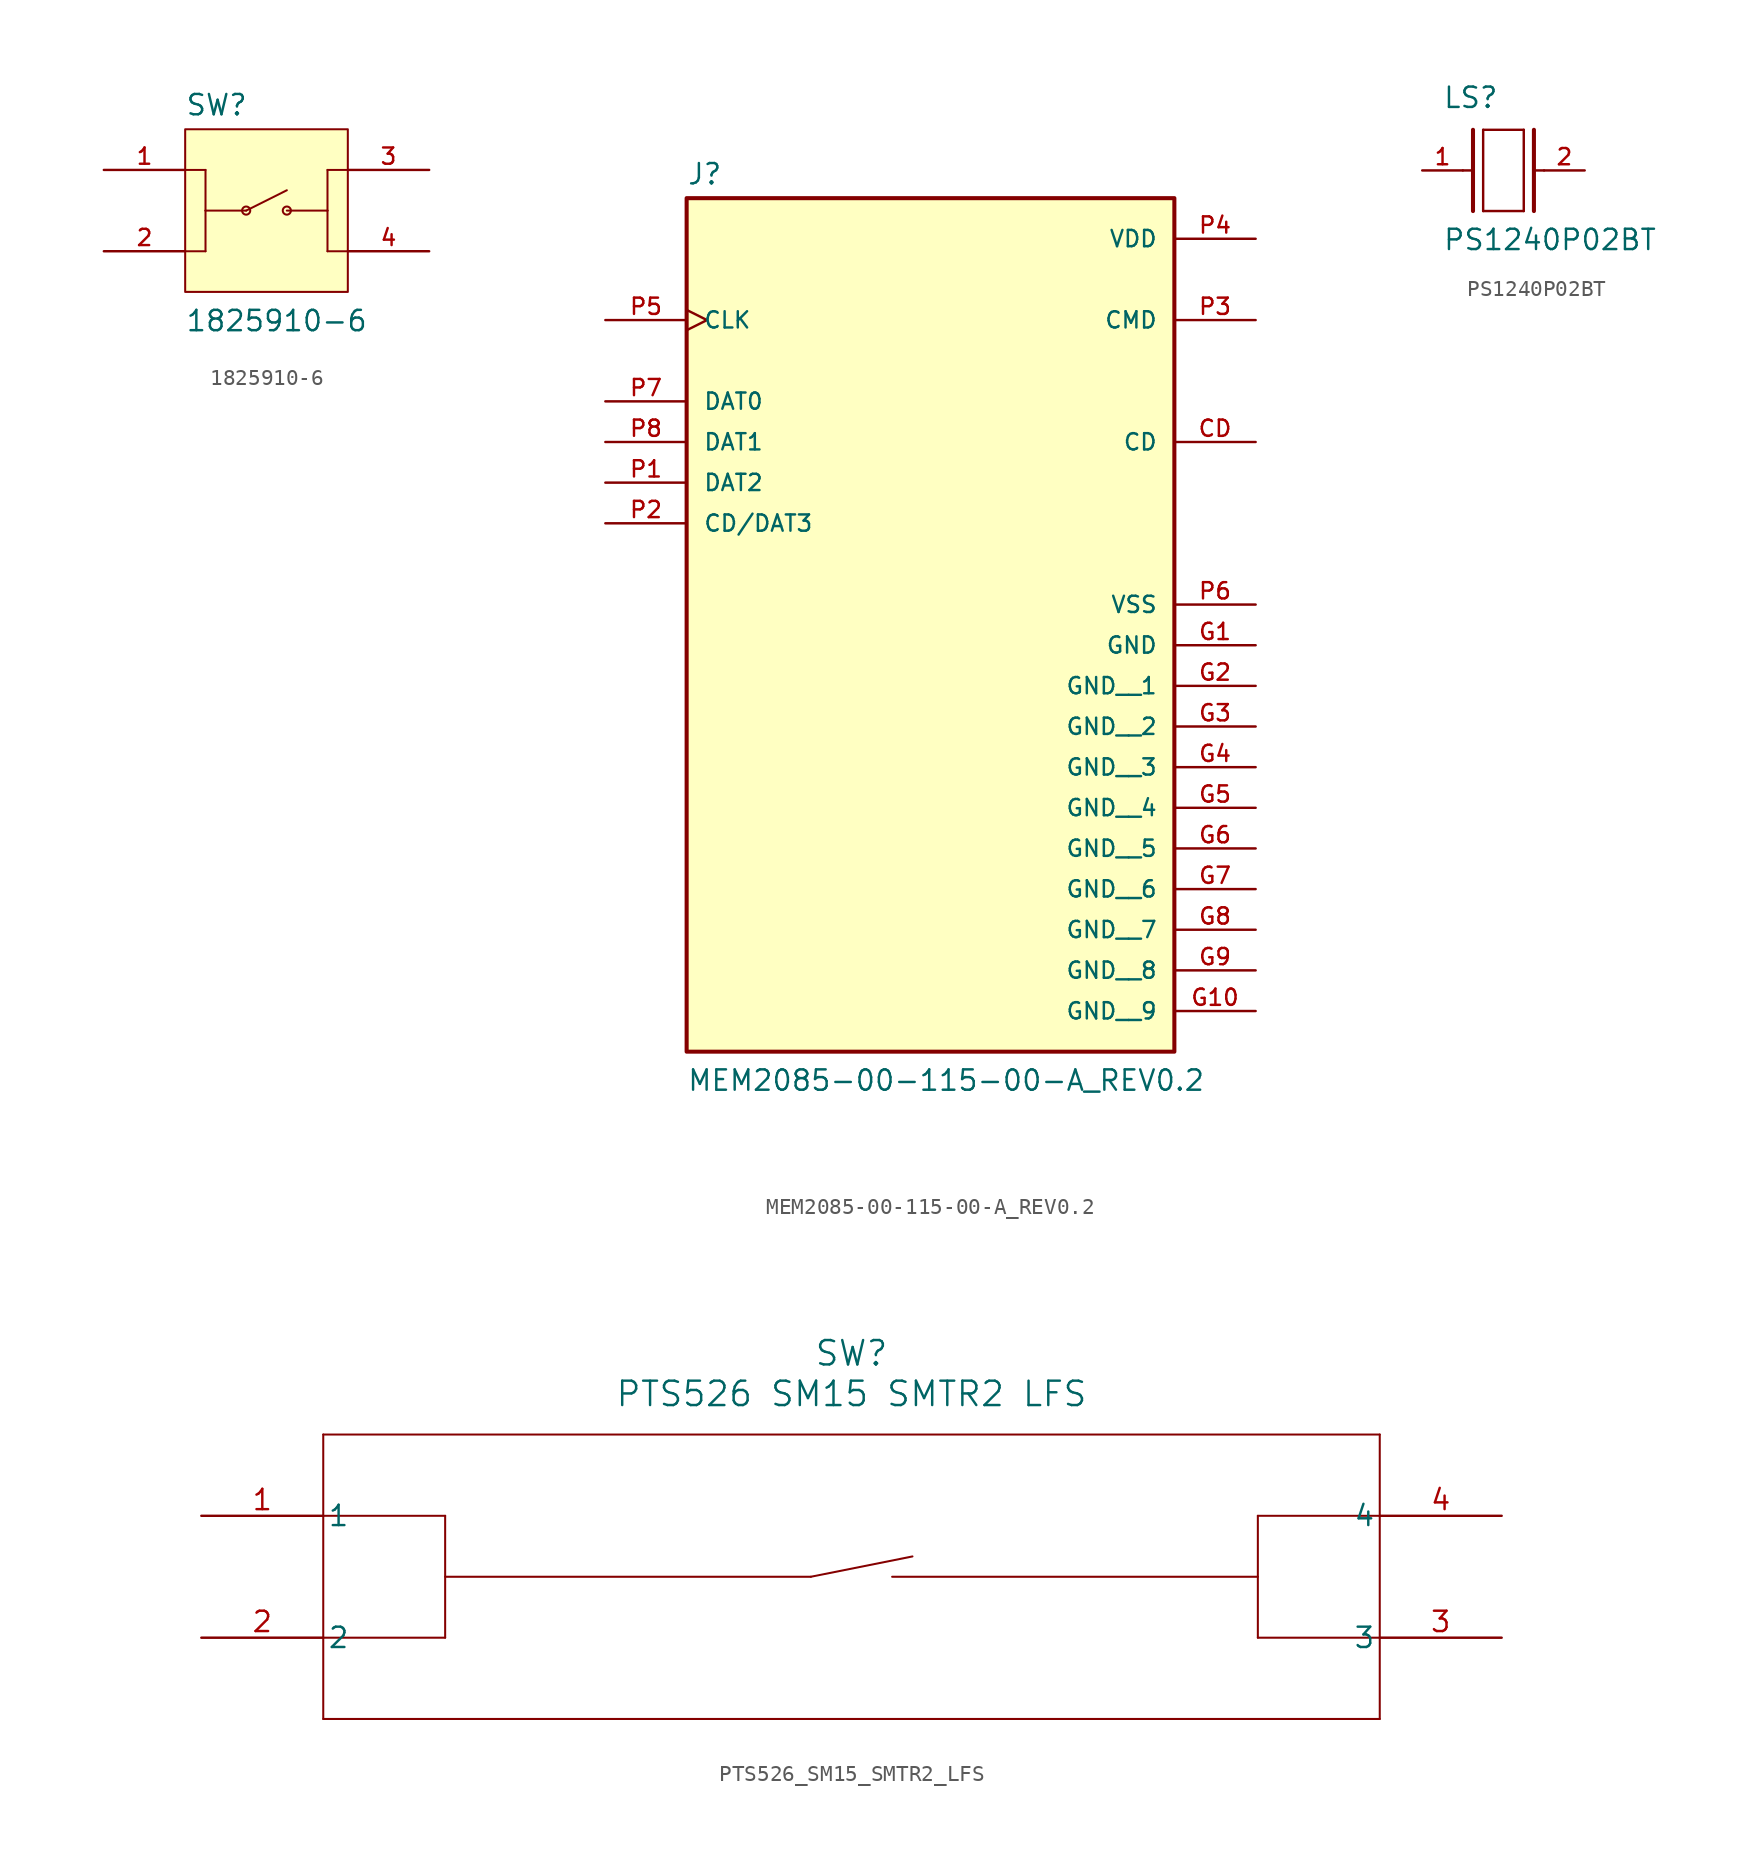
<source format=kicad_sym>
(kicad_symbol_lib
  (version 20241209)
  (generator "kicad_symbol_editor")
  (generator_version "9.0")
  (symbol "1825910-6"
    (pin_names
      (offset 1.016))
    (property "Reference" "SW"
      (at -5.09 5.853 0)
      (effects (font (size 1.27 1.27)) (justify left bottom)))
    (property "Value" "1825910-6"
      (at -5.088 -7.633 0)
      (effects (font (size 1.27 1.27)) (justify left bottom)))
    (symbol "1825910-6_0_0"
      (polyline (pts (xy -5.08 2.54) (xy -3.81 2.54)) (stroke (width 0.127) (type default)) (fill (type none)))
      (rectangle (start -5.08 -5.08) (end 5.08 5.08) (stroke (width 0.127) (type default)) (fill (type background)))
      (polyline (pts (xy -3.81 2.54) (xy -3.81 0)) (stroke (width 0.127) (type default)) (fill (type none)))
      (polyline (pts (xy -3.81 0) (xy -3.81 -2.54)) (stroke (width 0.127) (type default)) (fill (type none)))
      (polyline (pts (xy -3.81 0) (xy -1.27 0)) (stroke (width 0.127) (type default)) (fill (type none)))
      (polyline (pts (xy -3.81 -2.54) (xy -5.08 -2.54)) (stroke (width 0.127) (type default)) (fill (type none)))
      (circle (center -1.27 0) (radius 0.254) (stroke (width 0.127) (type default)) (fill (type none)))
      (polyline (pts (xy -1.27 0) (xy 1.27 1.27)) (stroke (width 0.127) (type default)) (fill (type none)))
      (polyline (pts (xy 1.27 0) (xy 3.81 0)) (stroke (width 0.127) (type default)) (fill (type none)))
      (circle (center 1.27 0) (radius 0.254) (stroke (width 0.127) (type default)) (fill (type none)))
      (polyline (pts (xy 3.81 2.54) (xy 5.08 2.54)) (stroke (width 0.127) (type default)) (fill (type none)))
      (polyline (pts (xy 3.81 0) (xy 3.81 2.54)) (stroke (width 0.127) (type default)) (fill (type none)))
      (polyline (pts (xy 3.81 0) (xy 3.81 -2.54)) (stroke (width 0.127) (type default)) (fill (type none)))
      (polyline (pts (xy 3.81 -2.54) (xy 5.08 -2.54)) (stroke (width 0.127) (type default)) (fill (type none)))
      (pin passive line (at -10.16 2.54 0) (length 5.08) (name "~" (effects (font (size 1.016 1.016)))) (number "1" (effects (font (size 1.016 1.016)))))
      (pin passive line (at -10.16 -2.54 0) (length 5.08) (name "~" (effects (font (size 1.016 1.016)))) (number "2" (effects (font (size 1.016 1.016)))))
      (pin passive line (at 10.16 2.54 180) (length 5.08) (name "~" (effects (font (size 1.016 1.016)))) (number "3" (effects (font (size 1.016 1.016)))))
      (pin passive line (at 10.16 -2.54 180) (length 5.08) (name "~" (effects (font (size 1.016 1.016)))) (number "4" (effects (font (size 1.016 1.016)))))))
  (symbol "MEM2085-00-115-00-A_REV0.2"
    (pin_names
      (offset 1.016))
    (property "Reference" "J"
      (at -15.24 16.002 0)
      (effects (font (size 1.27 1.27)) (justify left bottom)))
    (property "Value" "MEM2085-00-115-00-A_REV0.2"
      (at -15.24 -40.64 0)
      (effects (font (size 1.27 1.27)) (justify left bottom)))
    (symbol "MEM2085-00-115-00-A_REV0.2_0_0"
      (rectangle (start -15.24 -38.1) (end 15.24 15.24) (stroke (width 0.254) (type default)) (fill (type background)))
      (pin bidirectional clock (at -20.32 7.62 0) (length 5.08) (name "CLK" (effects (font (size 1.016 1.016)))) (number "P5" (effects (font (size 1.016 1.016)))))
      (pin bidirectional line (at -20.32 2.54 0) (length 5.08) (name "DAT0" (effects (font (size 1.016 1.016)))) (number "P7" (effects (font (size 1.016 1.016)))))
      (pin bidirectional line (at -20.32 0 0) (length 5.08) (name "DAT1" (effects (font (size 1.016 1.016)))) (number "P8" (effects (font (size 1.016 1.016)))))
      (pin bidirectional line (at -20.32 -2.54 0) (length 5.08) (name "DAT2" (effects (font (size 1.016 1.016)))) (number "P1" (effects (font (size 1.016 1.016)))))
      (pin bidirectional line (at -20.32 -5.08 0) (length 5.08) (name "CD/DAT3" (effects (font (size 1.016 1.016)))) (number "P2" (effects (font (size 1.016 1.016)))))
      (pin power_in line (at 20.32 12.7 180) (length 5.08) (name "VDD" (effects (font (size 1.016 1.016)))) (number "P4" (effects (font (size 1.016 1.016)))))
      (pin bidirectional line (at 20.32 7.62 180) (length 5.08) (name "CMD" (effects (font (size 1.016 1.016)))) (number "P3" (effects (font (size 1.016 1.016)))))
      (pin bidirectional line (at 20.32 0 180) (length 5.08) (name "CD" (effects (font (size 1.016 1.016)))) (number "CD" (effects (font (size 1.016 1.016)))))
      (pin power_in line (at 20.32 -10.16 180) (length 5.08) (name "VSS" (effects (font (size 1.016 1.016)))) (number "P6" (effects (font (size 1.016 1.016)))))
      (pin power_in line (at 20.32 -12.7 180) (length 5.08) (name "GND" (effects (font (size 1.016 1.016)))) (number "G1" (effects (font (size 1.016 1.016)))))
      (pin power_in line (at 20.32 -15.24 180) (length 5.08) (name "GND__1" (effects (font (size 1.016 1.016)))) (number "G2" (effects (font (size 1.016 1.016)))))
      (pin power_in line (at 20.32 -17.78 180) (length 5.08) (name "GND__2" (effects (font (size 1.016 1.016)))) (number "G3" (effects (font (size 1.016 1.016)))))
      (pin power_in line (at 20.32 -20.32 180) (length 5.08) (name "GND__3" (effects (font (size 1.016 1.016)))) (number "G4" (effects (font (size 1.016 1.016)))))
      (pin power_in line (at 20.32 -22.86 180) (length 5.08) (name "GND__4" (effects (font (size 1.016 1.016)))) (number "G5" (effects (font (size 1.016 1.016)))))
      (pin power_in line (at 20.32 -25.4 180) (length 5.08) (name "GND__5" (effects (font (size 1.016 1.016)))) (number "G6" (effects (font (size 1.016 1.016)))))
      (pin power_in line (at 20.32 -27.94 180) (length 5.08) (name "GND__6" (effects (font (size 1.016 1.016)))) (number "G7" (effects (font (size 1.016 1.016)))))
      (pin power_in line (at 20.32 -30.48 180) (length 5.08) (name "GND__7" (effects (font (size 1.016 1.016)))) (number "G8" (effects (font (size 1.016 1.016)))))
      (pin power_in line (at 20.32 -33.02 180) (length 5.08) (name "GND__8" (effects (font (size 1.016 1.016)))) (number "G9" (effects (font (size 1.016 1.016)))))
      (pin power_in line (at 20.32 -35.56 180) (length 5.08) (name "GND__9" (effects (font (size 1.016 1.016)))) (number "G10" (effects (font (size 1.016 1.016)))))))
  (symbol "PS1240P02BT"
    (pin_names
      (offset 1.016))
    (property "Reference" "LS"
      (at -3.81 3.81 0)
      (effects (font (size 1.27 1.27)) (justify left bottom)))
    (property "Value" "PS1240P02BT"
      (at -3.81 -5.08 0)
      (effects (font (size 1.27 1.27)) (justify left bottom)))
    (symbol "PS1240P02BT_0_0"
      (polyline (pts (xy -2.54 0) (xy -1.905 0)) (stroke (width 0.152) (type default)) (fill (type none)))
      (polyline (pts (xy -1.905 -2.54) (xy -1.905 2.54)) (stroke (width 0.254) (type default)) (fill (type none)))
      (polyline (pts (xy -1.27 2.54) (xy -1.27 -2.54)) (stroke (width 0.152) (type default)) (fill (type none)))
      (polyline (pts (xy -1.27 -2.54) (xy 1.27 -2.54)) (stroke (width 0.152) (type default)) (fill (type none)))
      (polyline (pts (xy 1.27 2.54) (xy -1.27 2.54)) (stroke (width 0.152) (type default)) (fill (type none)))
      (polyline (pts (xy 1.27 -2.54) (xy 1.27 2.54)) (stroke (width 0.152) (type default)) (fill (type none)))
      (polyline (pts (xy 1.905 2.54) (xy 1.905 -2.54)) (stroke (width 0.254) (type default)) (fill (type none)))
      (polyline (pts (xy 1.905 0) (xy 2.54 0)) (stroke (width 0.152) (type default)) (fill (type none)))
      (pin passive line (at -5.08 0 0) (length 2.54) (name "~" (effects (font (size 1.016 1.016)))) (number "1" (effects (font (size 1.016 1.016)))))
      (pin passive line (at 5.08 0 180) (length 2.54) (name "~" (effects (font (size 1.016 1.016)))) (number "2" (effects (font (size 1.016 1.016)))))))
  (symbol "PTS526_SM15_SMTR2_LFS"
    (pin_names
      (offset 0.254))
    (property "Reference" "SW"
      (at 40.64 10.16 0)
      (effects (font (size 1.524 1.524))))
    (property "Value" "PTS526 SM15 SMTR2 LFS"
      (at 40.64 7.62 0)
      (effects (font (size 1.524 1.524))))
    (property "ki_locked" ""
      (at 0 0 0)
      (effects (font (size 1.27 1.27))))
    (symbol "PTS526_SM15_SMTR2_LFS_0_1"
      (polyline (pts (xy 7.62 5.08) (xy 7.62 -12.7)) (stroke (width 0.127) (type default)) (fill (type none)))
      (polyline (pts (xy 7.62 0) (xy 15.24 0)) (stroke (width 0.127) (type default)) (fill (type none)))
      (polyline (pts (xy 7.62 -7.62) (xy 15.24 -7.62)) (stroke (width 0.127) (type default)) (fill (type none)))
      (polyline (pts (xy 7.62 -12.7) (xy 73.66 -12.7)) (stroke (width 0.127) (type default)) (fill (type none)))
      (polyline (pts (xy 15.24 0) (xy 15.24 -7.62)) (stroke (width 0.127) (type default)) (fill (type none)))
      (polyline (pts (xy 15.24 -3.81) (xy 38.1 -3.81)) (stroke (width 0.127) (type default)) (fill (type none)))
      (polyline (pts (xy 38.1 -3.81) (xy 44.45 -2.54)) (stroke (width 0.127) (type default)) (fill (type none)))
      (polyline (pts (xy 66.04 0) (xy 66.04 -7.62)) (stroke (width 0.127) (type default)) (fill (type none)))
      (polyline (pts (xy 66.04 -3.81) (xy 43.18 -3.81)) (stroke (width 0.127) (type default)) (fill (type none)))
      (polyline (pts (xy 66.04 -7.62) (xy 73.66 -7.62)) (stroke (width 0.127) (type default)) (fill (type none)))
      (polyline (pts (xy 73.66 5.08) (xy 7.62 5.08)) (stroke (width 0.127) (type default)) (fill (type none)))
      (polyline (pts (xy 73.66 0) (xy 66.04 0)) (stroke (width 0.127) (type default)) (fill (type none)))
      (polyline (pts (xy 73.66 -12.7) (xy 73.66 5.08)) (stroke (width 0.127) (type default)) (fill (type none)))
      (pin unspecified line (at 0 0 0) (length 7.62) (name "1" (effects (font (size 1.27 1.27)))) (number "1" (effects (font (size 1.27 1.27)))))
      (pin unspecified line (at 0 -7.62 0) (length 7.62) (name "2" (effects (font (size 1.27 1.27)))) (number "2" (effects (font (size 1.27 1.27)))))
      (pin unspecified line (at 81.28 0 180) (length 7.62) (name "4" (effects (font (size 1.27 1.27)))) (number "4" (effects (font (size 1.27 1.27)))))
      (pin unspecified line (at 81.28 -7.62 180) (length 7.62) (name "3" (effects (font (size 1.27 1.27)))) (number "3" (effects (font (size 1.27 1.27))))))))
</source>
